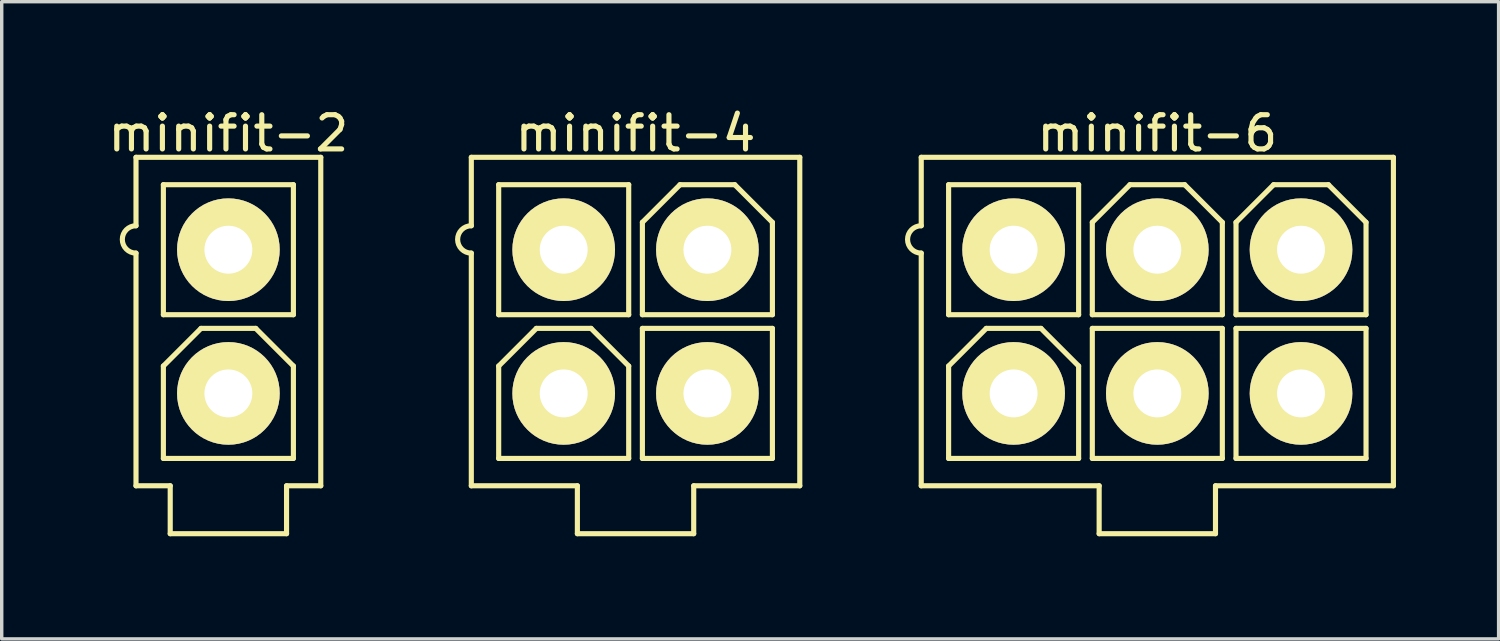
<source format=kicad_pcb>
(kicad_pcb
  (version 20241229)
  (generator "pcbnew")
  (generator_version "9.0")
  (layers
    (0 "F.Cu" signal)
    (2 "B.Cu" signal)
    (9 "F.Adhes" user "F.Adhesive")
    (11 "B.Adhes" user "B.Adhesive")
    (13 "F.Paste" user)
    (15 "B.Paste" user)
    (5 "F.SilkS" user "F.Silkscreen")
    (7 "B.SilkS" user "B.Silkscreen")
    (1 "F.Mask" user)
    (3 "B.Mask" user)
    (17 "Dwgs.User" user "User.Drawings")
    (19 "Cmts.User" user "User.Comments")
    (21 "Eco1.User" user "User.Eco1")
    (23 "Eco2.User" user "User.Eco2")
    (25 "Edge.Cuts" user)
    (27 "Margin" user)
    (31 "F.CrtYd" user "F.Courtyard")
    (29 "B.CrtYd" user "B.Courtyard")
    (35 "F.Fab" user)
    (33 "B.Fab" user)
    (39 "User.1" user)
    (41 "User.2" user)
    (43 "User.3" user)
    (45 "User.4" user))
  (footprint "minifit-4"
    (layer "F.Cu")
    (at 15.525 6.348)
    (property "Reference" "minifit-4" (at 0 -5.5 0) (layer "F.SilkS") (effects (font (size 1 1) (thickness 0.15))))
    (attr through_hole)
    (fp_line (start -4.8 -4.8) (end -4.8 -2.8) (stroke (width 0.15) (type solid)) (layer "F.SilkS"))
    (fp_line (start -4.8 -4.8) (end 4.8 -4.8) (stroke (width 0.15) (type solid)) (layer "F.SilkS"))
    (fp_line (start -4.8 -2) (end -4.8 4.8) (stroke (width 0.15) (type solid)) (layer "F.SilkS"))
    (fp_line (start -4.8 4.8) (end -1.7 4.8) (stroke (width 0.15) (type solid)) (layer "F.SilkS"))
    (fp_line (start -4 -4) (end -4 -0.2) (stroke (width 0.15) (type solid)) (layer "F.SilkS"))
    (fp_line (start -4 -0.2) (end -0.2 -0.2) (stroke (width 0.15) (type solid)) (layer "F.SilkS"))
    (fp_line (start -4 1.3) (end -4 4) (stroke (width 0.15) (type solid)) (layer "F.SilkS"))
    (fp_line (start -2.9 0.2) (end -4 1.3) (stroke (width 0.15) (type solid)) (layer "F.SilkS"))
    (fp_line (start -2.9 0.2) (end -1.3 0.2) (stroke (width 0.15) (type solid)) (layer "F.SilkS"))
    (fp_line (start -1.7 4.8) (end -1.7 6.2) (stroke (width 0.15) (type solid)) (layer "F.SilkS"))
    (fp_line (start -1.7 6.2) (end 1.7 6.2) (stroke (width 0.15) (type solid)) (layer "F.SilkS"))
    (fp_line (start -1.3 0.2) (end -0.2 1.3) (stroke (width 0.15) (type solid)) (layer "F.SilkS"))
    (fp_line (start -0.2 -4) (end -4 -4) (stroke (width 0.15) (type solid)) (layer "F.SilkS"))
    (fp_line (start -0.2 -0.2) (end -0.2 -4) (stroke (width 0.15) (type solid)) (layer "F.SilkS"))
    (fp_line (start -0.2 1.3) (end -0.2 4) (stroke (width 0.15) (type solid)) (layer "F.SilkS"))
    (fp_line (start -0.2 4) (end -4 4) (stroke (width 0.15) (type solid)) (layer "F.SilkS"))
    (fp_line (start 0.2 -2.9) (end 0.2 -0.2) (stroke (width 0.15) (type solid)) (layer "F.SilkS"))
    (fp_line (start 0.2 0.2) (end 0.2 4) (stroke (width 0.15) (type solid)) (layer "F.SilkS"))
    (fp_line (start 0.2 4) (end 4 4) (stroke (width 0.15) (type solid)) (layer "F.SilkS"))
    (fp_line (start 1.3 -4) (end 0.2 -2.9) (stroke (width 0.15) (type solid)) (layer "F.SilkS"))
    (fp_line (start 1.3 -4) (end 2.9 -4) (stroke (width 0.15) (type solid)) (layer "F.SilkS"))
    (fp_line (start 1.7 4.8) (end 4.8 4.8) (stroke (width 0.15) (type solid)) (layer "F.SilkS"))
    (fp_line (start 1.7 6.2) (end 1.7 4.8) (stroke (width 0.15) (type solid)) (layer "F.SilkS"))
    (fp_line (start 2.9 -4) (end 4 -2.9) (stroke (width 0.15) (type solid)) (layer "F.SilkS"))
    (fp_line (start 4 -2.9) (end 4 -0.2) (stroke (width 0.15) (type solid)) (layer "F.SilkS"))
    (fp_line (start 4 -0.2) (end 0.2 -0.2) (stroke (width 0.15) (type solid)) (layer "F.SilkS"))
    (fp_line (start 4 0.2) (end 0.2 0.2) (stroke (width 0.15) (type solid)) (layer "F.SilkS"))
    (fp_line (start 4 4) (end 4 0.2) (stroke (width 0.15) (type solid)) (layer "F.SilkS"))
    (fp_line (start 4.8 -4.8) (end 4.8 4.8) (stroke (width 0.15) (type solid)) (layer "F.SilkS"))
    (fp_arc (start -4.8 -2) (mid -5.2 -2.4) (end -4.8 -2.8) (stroke (width 0.15) (type solid)) (layer "F.SilkS"))
    (pad "1" thru_hole circle (at -2.1 -2.1) (size 3 3) (drill 1.4) (layers "*.Cu" "*.Mask" "F.SilkS"))
    (pad "2" thru_hole circle (at 2.1 -2.1) (size 3 3) (drill 1.4) (layers "*.Cu" "*.Mask" "F.SilkS"))
    (pad "3" thru_hole circle (at -2.1 2.1) (size 3 3) (drill 1.4) (layers "*.Cu" "*.Mask" "F.SilkS"))
    (pad "4" thru_hole circle (at 2.1 2.1) (size 3 3) (drill 1.4) (layers "*.Cu" "*.Mask" "F.SilkS")))
  (footprint "minifit-6"
    (layer "F.Cu")
    (at 30.775 6.348)
    (property "Reference" "minifit-6" (at 0 -5.5 0) (layer "F.SilkS") (effects (font (size 1 1) (thickness 0.15))))
    (attr through_hole)
    (fp_line (start -6.9 -4.8) (end -6.9 -2.8) (stroke (width 0.15) (type solid)) (layer "F.SilkS"))
    (fp_line (start -6.9 -4.8) (end 6.9 -4.8) (stroke (width 0.15) (type solid)) (layer "F.SilkS"))
    (fp_line (start -6.9 -2) (end -6.9 4.8) (stroke (width 0.15) (type solid)) (layer "F.SilkS"))
    (fp_line (start -6.9 4.8) (end -1.7 4.8) (stroke (width 0.15) (type solid)) (layer "F.SilkS"))
    (fp_line (start -6.1 -4) (end -6.1 -0.2) (stroke (width 0.15) (type solid)) (layer "F.SilkS"))
    (fp_line (start -6.1 -0.2) (end -2.3 -0.2) (stroke (width 0.15) (type solid)) (layer "F.SilkS"))
    (fp_line (start -6.1 1.3) (end -6.1 4) (stroke (width 0.15) (type solid)) (layer "F.SilkS"))
    (fp_line (start -5 0.2) (end -6.1 1.3) (stroke (width 0.15) (type solid)) (layer "F.SilkS"))
    (fp_line (start -5 0.2) (end -3.4 0.2) (stroke (width 0.15) (type solid)) (layer "F.SilkS"))
    (fp_line (start -3.4 0.2) (end -2.3 1.3) (stroke (width 0.15) (type solid)) (layer "F.SilkS"))
    (fp_line (start -2.3 -4) (end -6.1 -4) (stroke (width 0.15) (type solid)) (layer "F.SilkS"))
    (fp_line (start -2.3 -0.2) (end -2.3 -4) (stroke (width 0.15) (type solid)) (layer "F.SilkS"))
    (fp_line (start -2.3 1.3) (end -2.3 4) (stroke (width 0.15) (type solid)) (layer "F.SilkS"))
    (fp_line (start -2.3 4) (end -6.1 4) (stroke (width 0.15) (type solid)) (layer "F.SilkS"))
    (fp_line (start -1.9 -2.9) (end -1.9 -0.2) (stroke (width 0.15) (type solid)) (layer "F.SilkS"))
    (fp_line (start -1.9 0.2) (end -1.9 4) (stroke (width 0.15) (type solid)) (layer "F.SilkS"))
    (fp_line (start -1.9 4) (end 1.9 4) (stroke (width 0.15) (type solid)) (layer "F.SilkS"))
    (fp_line (start -1.7 4.8) (end -1.7 6.2) (stroke (width 0.15) (type solid)) (layer "F.SilkS"))
    (fp_line (start -1.7 6.2) (end 1.7 6.2) (stroke (width 0.15) (type solid)) (layer "F.SilkS"))
    (fp_line (start -0.8 -4) (end -1.9 -2.9) (stroke (width 0.15) (type solid)) (layer "F.SilkS"))
    (fp_line (start -0.8 -4) (end 0.8 -4) (stroke (width 0.15) (type solid)) (layer "F.SilkS"))
    (fp_line (start 0.8 -4) (end 1.9 -2.9) (stroke (width 0.15) (type solid)) (layer "F.SilkS"))
    (fp_line (start 1.7 4.8) (end 6.9 4.8) (stroke (width 0.15) (type solid)) (layer "F.SilkS"))
    (fp_line (start 1.7 6.2) (end 1.7 4.8) (stroke (width 0.15) (type solid)) (layer "F.SilkS"))
    (fp_line (start 1.9 -2.9) (end 1.9 -0.2) (stroke (width 0.15) (type solid)) (layer "F.SilkS"))
    (fp_line (start 1.9 -0.2) (end -1.9 -0.2) (stroke (width 0.15) (type solid)) (layer "F.SilkS"))
    (fp_line (start 1.9 0.2) (end -1.9 0.2) (stroke (width 0.15) (type solid)) (layer "F.SilkS"))
    (fp_line (start 1.9 4) (end 1.9 0.2) (stroke (width 0.15) (type solid)) (layer "F.SilkS"))
    (fp_line (start 2.3 -2.9) (end 2.3 -0.2) (stroke (width 0.15) (type solid)) (layer "F.SilkS"))
    (fp_line (start 2.3 0.2) (end 2.3 4) (stroke (width 0.15) (type solid)) (layer "F.SilkS"))
    (fp_line (start 2.3 4) (end 6.1 4) (stroke (width 0.15) (type solid)) (layer "F.SilkS"))
    (fp_line (start 3.4 -4) (end 2.3 -2.9) (stroke (width 0.15) (type solid)) (layer "F.SilkS"))
    (fp_line (start 3.4 -4) (end 5 -4) (stroke (width 0.15) (type solid)) (layer "F.SilkS"))
    (fp_line (start 5 -4) (end 6.1 -2.9) (stroke (width 0.15) (type solid)) (layer "F.SilkS"))
    (fp_line (start 6.1 -2.9) (end 6.1 -0.2) (stroke (width 0.15) (type solid)) (layer "F.SilkS"))
    (fp_line (start 6.1 -0.2) (end 2.3 -0.2) (stroke (width 0.15) (type solid)) (layer "F.SilkS"))
    (fp_line (start 6.1 0.2) (end 2.3 0.2) (stroke (width 0.15) (type solid)) (layer "F.SilkS"))
    (fp_line (start 6.1 4) (end 6.1 0.2) (stroke (width 0.15) (type solid)) (layer "F.SilkS"))
    (fp_line (start 6.9 -4.8) (end 6.9 4.8) (stroke (width 0.15) (type solid)) (layer "F.SilkS"))
    (fp_arc (start -6.9 -2) (mid -7.3 -2.4) (end -6.9 -2.8) (stroke (width 0.15) (type solid)) (layer "F.SilkS"))
    (pad "1" thru_hole circle (at -4.2 -2.1) (size 3 3) (drill 1.4) (layers "*.Cu" "*.Mask" "F.SilkS"))
    (pad "2" thru_hole circle (at 0 -2.1) (size 3 3) (drill 1.4) (layers "*.Cu" "*.Mask" "F.SilkS"))
    (pad "3" thru_hole circle (at 4.2 -2.1) (size 3 3) (drill 1.4) (layers "*.Cu" "*.Mask" "F.SilkS"))
    (pad "4" thru_hole circle (at -4.2 2.1) (size 3 3) (drill 1.4) (layers "*.Cu" "*.Mask" "F.SilkS"))
    (pad "5" thru_hole circle (at 0 2.1) (size 3 3) (drill 1.4) (layers "*.Cu" "*.Mask" "F.SilkS"))
    (pad "6" thru_hole circle (at 4.2 2.1) (size 3 3) (drill 1.4) (layers "*.Cu" "*.Mask" "F.SilkS")))
  (footprint "minifit-2"
    (layer "F.Cu")
    (at 3.625 6.348)
    (property "Reference" "minifit-2" (at 0 -5.5 0) (layer "F.SilkS") (effects (font (size 1 1) (thickness 0.15))))
    (attr through_hole)
    (fp_line (start -2.7 -4.8) (end -2.7 -2.8) (stroke (width 0.15) (type solid)) (layer "F.SilkS"))
    (fp_line (start -2.7 -4.8) (end 2.7 -4.8) (stroke (width 0.15) (type solid)) (layer "F.SilkS"))
    (fp_line (start -2.7 -2) (end -2.7 4.8) (stroke (width 0.15) (type solid)) (layer "F.SilkS"))
    (fp_line (start -2.7 4.8) (end -1.7 4.8) (stroke (width 0.15) (type solid)) (layer "F.SilkS"))
    (fp_line (start -1.9 -4) (end -1.9 -0.2) (stroke (width 0.15) (type solid)) (layer "F.SilkS"))
    (fp_line (start -1.9 -0.2) (end 1.9 -0.2) (stroke (width 0.15) (type solid)) (layer "F.SilkS"))
    (fp_line (start -1.9 1.3) (end -1.9 4) (stroke (width 0.15) (type solid)) (layer "F.SilkS"))
    (fp_line (start -1.7 4.8) (end -1.7 6.2) (stroke (width 0.15) (type solid)) (layer "F.SilkS"))
    (fp_line (start -1.7 6.2) (end 1.7 6.2) (stroke (width 0.15) (type solid)) (layer "F.SilkS"))
    (fp_line (start -0.8 0.2) (end -1.9 1.3) (stroke (width 0.15) (type solid)) (layer "F.SilkS"))
    (fp_line (start -0.8 0.2) (end 0.8 0.2) (stroke (width 0.15) (type solid)) (layer "F.SilkS"))
    (fp_line (start 0.8 0.2) (end 1.9 1.3) (stroke (width 0.15) (type solid)) (layer "F.SilkS"))
    (fp_line (start 1.7 4.8) (end 2.7 4.8) (stroke (width 0.15) (type solid)) (layer "F.SilkS"))
    (fp_line (start 1.7 6.2) (end 1.7 4.8) (stroke (width 0.15) (type solid)) (layer "F.SilkS"))
    (fp_line (start 1.9 -4) (end -1.9 -4) (stroke (width 0.15) (type solid)) (layer "F.SilkS"))
    (fp_line (start 1.9 -0.2) (end 1.9 -4) (stroke (width 0.15) (type solid)) (layer "F.SilkS"))
    (fp_line (start 1.9 1.3) (end 1.9 4) (stroke (width 0.15) (type solid)) (layer "F.SilkS"))
    (fp_line (start 1.9 4) (end -1.9 4) (stroke (width 0.15) (type solid)) (layer "F.SilkS"))
    (fp_line (start 2.7 -4.8) (end 2.7 4.8) (stroke (width 0.15) (type solid)) (layer "F.SilkS"))
    (fp_arc (start -2.7 -2) (mid -3.1 -2.4) (end -2.7 -2.8) (stroke (width 0.15) (type solid)) (layer "F.SilkS"))
    (pad "1" thru_hole circle (at 0 -2.1) (size 3 3) (drill 1.4) (layers "*.Cu" "*.Mask" "F.SilkS"))
    (pad "2" thru_hole circle (at 0 2.1) (size 3 3) (drill 1.4) (layers "*.Cu" "*.Mask" "F.SilkS")))
  (gr_rect
    (start -3 -3)
    (end 40.75 15.623)
    (stroke (width 0.1) (type default))
    (fill no)
    (layer "Edge.Cuts")))
</source>
